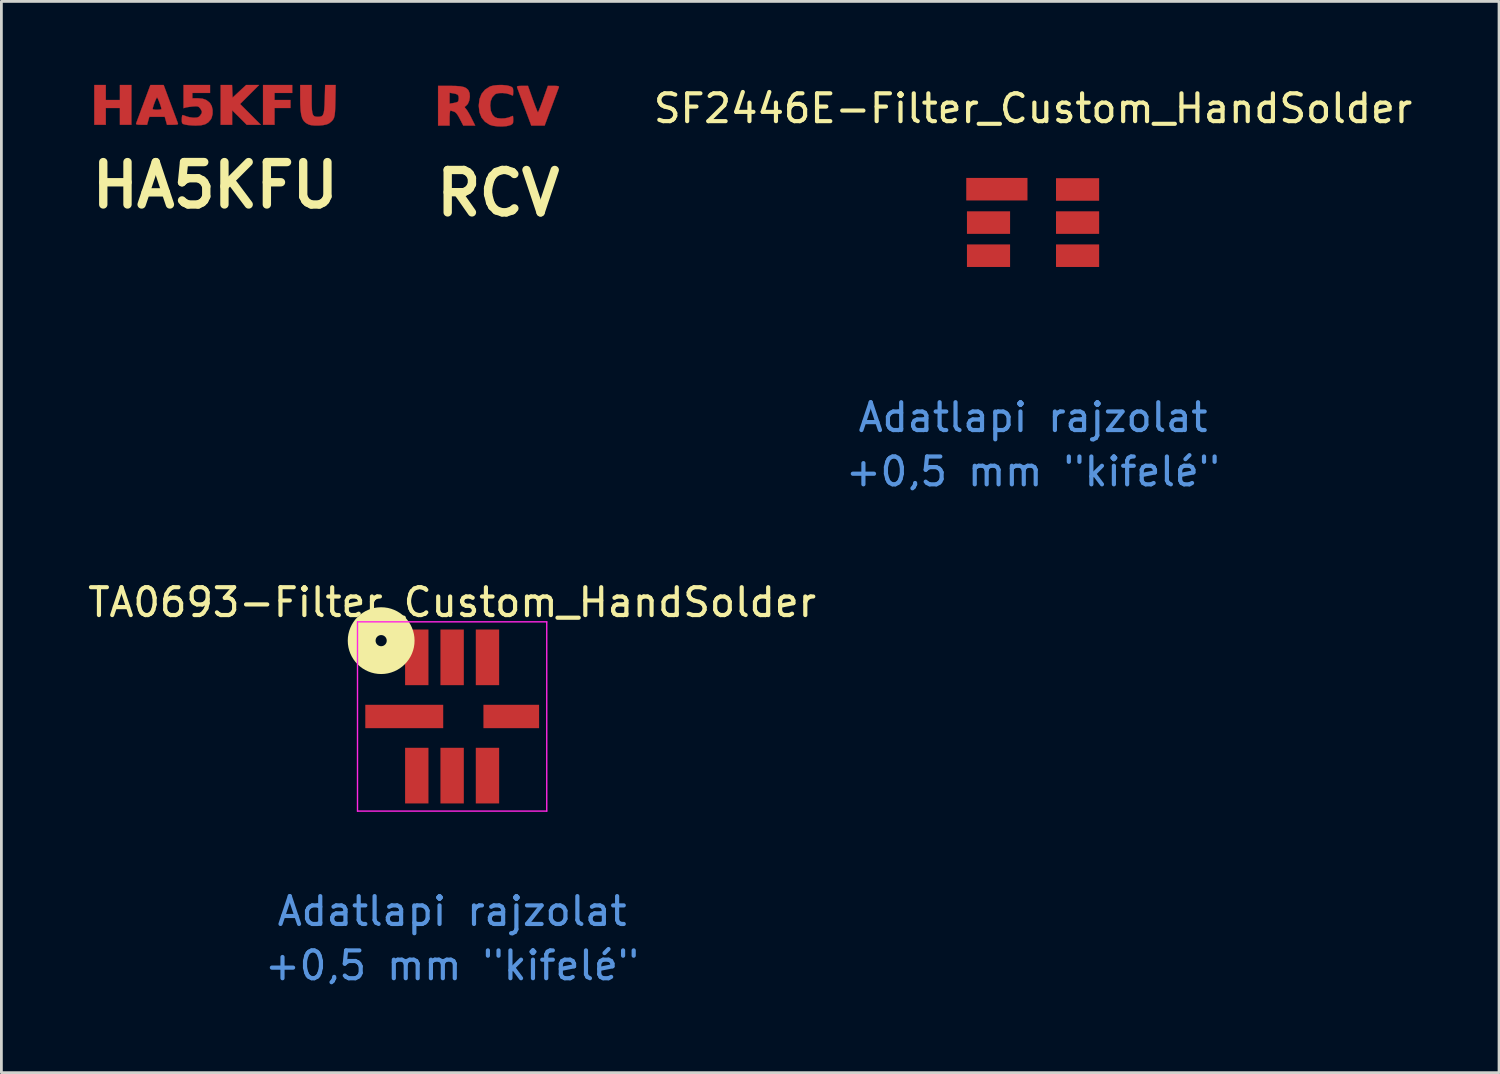
<source format=kicad_pcb>
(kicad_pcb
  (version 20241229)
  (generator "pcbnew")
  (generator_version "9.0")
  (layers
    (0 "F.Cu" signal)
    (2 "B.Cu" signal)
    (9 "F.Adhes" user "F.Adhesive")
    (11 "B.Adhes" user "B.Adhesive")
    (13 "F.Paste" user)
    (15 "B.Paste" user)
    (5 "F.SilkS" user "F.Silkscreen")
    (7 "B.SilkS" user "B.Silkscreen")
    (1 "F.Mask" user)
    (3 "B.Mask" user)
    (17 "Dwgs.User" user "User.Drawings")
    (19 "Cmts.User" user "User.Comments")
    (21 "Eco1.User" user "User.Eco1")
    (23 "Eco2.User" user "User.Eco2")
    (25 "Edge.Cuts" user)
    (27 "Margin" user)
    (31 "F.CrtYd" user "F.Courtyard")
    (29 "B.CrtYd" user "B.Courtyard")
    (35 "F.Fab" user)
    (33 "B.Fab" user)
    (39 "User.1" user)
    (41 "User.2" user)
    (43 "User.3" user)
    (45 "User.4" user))
  (footprint "SF2446E-Filter_Custom_HandSolder"
    (layer "F.Cu")
    (at 34.07 4.948)
    (property "Reference" "SF2446E-Filter_Custom_HandSolder" (at 0 -4.1 0) (layer "F.SilkS") (effects (font (size 1 1) (thickness 0.15))))
    (attr through_hole)
    (fp_text user "+0,5 mm \"kifelé\"" (at 0 8.95 0) (layer "Cmts.User") (effects (font (size 1 1) (thickness 0.15))))
    (fp_text user "Adatlapi rajzolat" (at 0 7 0) (layer "Cmts.User") (effects (font (size 1 1) (thickness 0.15))))
    (pad "1" smd rect (at -1.3 -1.2) (size 2.2 0.81) (layers "F.Cu" "F.Mask" "F.Paste"))
    (pad "2" smd rect (at -1.6 0) (size 1.55 0.81) (layers "F.Cu" "F.Mask" "F.Paste"))
    (pad "3" smd rect (at -1.6 1.19) (size 1.55 0.81) (layers "F.Cu" "F.Mask" "F.Paste"))
    (pad "4" smd rect (at 1.6 1.19) (size 1.55 0.81) (layers "F.Cu" "F.Mask" "F.Paste"))
    (pad "5" smd rect (at 1.6 0) (size 1.55 0.81) (layers "F.Cu" "F.Mask" "F.Paste"))
    (pad "6" smd rect (at 1.6 -1.19) (size 1.55 0.81) (layers "F.Cu" "F.Mask" "F.Paste")))
  (footprint "RCV"
    (layer "F.Cu")
    (at 14.851 0.892)
    (property "Reference" "RCV" (at 0 3 0) (layer "F.SilkS") (effects (font (size 1.524 1.524) (thickness 0.3))))
    (attr through_hole)
    (fp_poly (pts (xy 1.239 -0.381) (xy 1.298 -0.22) (xy 1.35 -0.082) (xy 1.392 0.023) (xy 1.42 0.084) (xy 1.428 0.095) (xy 1.445 0.067) (xy 1.479 -0.011) (xy 1.525 -0.129) (xy 1.58 -0.277) (xy 1.617 -0.381) (xy 1.786 -0.857) (xy 1.992 -0.857) (xy 2.109 -0.854) (xy 2.17 -0.842) (xy 2.184 -0.82) (xy 2.184 -0.818) (xy 2.169 -0.777) (xy 2.136 -0.687) (xy 2.087 -0.555) (xy 2.025 -0.39) (xy 1.956 -0.202) (xy 1.919 -0.103) (xy 1.668 0.572) (xy 1.19 0.572) (xy 0.939 -0.103) (xy 0.866 -0.299) (xy 0.8 -0.476) (xy 0.745 -0.626) (xy 0.703 -0.738) (xy 0.679 -0.804) (xy 0.674 -0.818) (xy 0.685 -0.84) (xy 0.742 -0.853) (xy 0.855 -0.857) (xy 0.865 -0.857) (xy 1.07 -0.857) (xy 1.239 -0.381)) (stroke (width 0.01) (type solid)) (fill yes) (layer "F.Cu"))
    (fp_poly (pts (xy -1.527 -0.853) (xy -1.363 -0.841) (xy -1.241 -0.816) (xy -1.154 -0.778) (xy -1.09 -0.723) (xy -1.068 -0.695) (xy -1.026 -0.59) (xy -1.018 -0.46) (xy -1.04 -0.327) (xy -1.089 -0.212) (xy -1.16 -0.135) (xy -1.167 -0.131) (xy -1.201 -0.105) (xy -1.195 -0.074) (xy -1.154 -0.026) (xy -1.109 0.035) (xy -1.048 0.136) (xy -0.981 0.259) (xy -0.956 0.31) (xy -0.825 0.572) (xy -1.039 0.571) (xy -1.254 0.571) (xy -1.375 0.336) (xy -1.445 0.209) (xy -1.502 0.129) (xy -1.557 0.083) (xy -1.594 0.066) (xy -1.67 0.042) (xy -1.718 0.032) (xy -1.719 0.032) (xy -1.731 0.061) (xy -1.741 0.139) (xy -1.746 0.252) (xy -1.746 0.302) (xy -1.746 0.572) (xy -2.159 0.572) (xy -2.159 -0.217) (xy -1.746 -0.217) (xy -1.611 -0.239) (xy -1.521 -0.258) (xy -1.458 -0.281) (xy -1.447 -0.288) (xy -1.426 -0.337) (xy -1.418 -0.413) (xy -1.427 -0.494) (xy -1.461 -0.543) (xy -1.536 -0.572) (xy -1.611 -0.587) (xy -1.746 -0.609) (xy -1.746 -0.217) (xy -2.159 -0.217) (xy -2.159 -0.857) (xy -1.745 -0.857) (xy -1.527 -0.853)) (stroke (width 0.01) (type solid)) (fill yes) (layer "F.Cu"))
    (fp_poly (pts (xy 0.31 -0.873) (xy 0.426 -0.844) (xy 0.43 -0.843) (xy 0.498 -0.809) (xy 0.53 -0.768) (xy 0.539 -0.695) (xy 0.54 -0.652) (xy 0.537 -0.567) (xy 0.531 -0.515) (xy 0.528 -0.508) (xy 0.494 -0.519) (xy 0.424 -0.547) (xy 0.402 -0.556) (xy 0.288 -0.587) (xy 0.155 -0.6) (xy 0.027 -0.596) (xy -0.075 -0.573) (xy -0.109 -0.555) (xy -0.213 -0.445) (xy -0.271 -0.303) (xy -0.286 -0.149) (xy -0.265 0.042) (xy -0.201 0.187) (xy -0.12 0.268) (xy -0.031 0.302) (xy 0.095 0.316) (xy 0.234 0.31) (xy 0.364 0.284) (xy 0.402 0.27) (xy 0.477 0.239) (xy 0.523 0.223) (xy 0.528 0.222) (xy 0.535 0.251) (xy 0.539 0.323) (xy 0.54 0.367) (xy 0.536 0.458) (xy 0.514 0.509) (xy 0.462 0.543) (xy 0.43 0.557) (xy 0.306 0.589) (xy 0.146 0.603) (xy -0.025 0.599) (xy -0.184 0.578) (xy -0.302 0.543) (xy -0.474 0.432) (xy -0.598 0.283) (xy -0.672 0.094) (xy -0.698 -0.136) (xy -0.698 -0.15) (xy -0.672 -0.379) (xy -0.597 -0.57) (xy -0.472 -0.721) (xy -0.301 -0.83) (xy -0.279 -0.84) (xy -0.162 -0.87) (xy -0.009 -0.886) (xy 0.156 -0.887) (xy 0.31 -0.873)) (stroke (width 0.01) (type solid)) (fill yes) (layer "F.Cu")))
  (footprint "HA5KFU"
    (layer "F.Cu")
    (at 4.688 0.608)
    (property "Reference" "HA5KFU" (at 0 3 0) (layer "F.SilkS") (effects (font (size 1.524 1.524) (thickness 0.3))))
    (attr through_hole)
    (fp_poly (pts (xy 2.762 -0.318) (xy 2.127 -0.318) (xy 2.127 -0.064) (xy 2.699 -0.064) (xy 2.699 0.222) (xy 2.127 0.222) (xy 2.127 0.826) (xy 1.714 0.826) (xy 1.714 -0.603) (xy 2.762 -0.603) (xy 2.762 -0.318)) (stroke (width 0.01) (type solid)) (fill yes) (layer "F.Cu"))
    (fp_poly (pts (xy -3.937 -0.064) (xy -3.429 -0.064) (xy -3.429 -0.603) (xy -3.016 -0.603) (xy -3.016 0.826) (xy -3.429 0.826) (xy -3.429 0.222) (xy -3.937 0.222) (xy -3.937 0.826) (xy -4.35 0.826) (xy -4.35 -0.603) (xy -3.937 -0.603) (xy -3.937 -0.064)) (stroke (width 0.01) (type solid)) (fill yes) (layer "F.Cu"))
    (fp_poly (pts (xy 0.61 -0.376) (xy 0.619 -0.15) (xy 1.105 -0.603) (xy 1.571 -0.603) (xy 1.23 -0.262) (xy 0.889 0.079) (xy 1.262 0.452) (xy 1.634 0.826) (xy 1.128 0.826) (xy 0.866 0.564) (xy 0.603 0.303) (xy 0.603 0.826) (xy 0.191 0.826) (xy 0.191 -0.603) (xy 0.6 -0.603) (xy 0.61 -0.376)) (stroke (width 0.01) (type solid)) (fill yes) (layer "F.Cu"))
    (fp_poly (pts (xy 4.313 -0.034) (xy 4.308 0.186) (xy 4.3 0.353) (xy 4.287 0.476) (xy 4.265 0.568) (xy 4.232 0.636) (xy 4.185 0.693) (xy 4.12 0.748) (xy 4.084 0.776) (xy 3.999 0.813) (xy 3.872 0.839) (xy 3.722 0.853) (xy 3.57 0.853) (xy 3.436 0.839) (xy 3.35 0.814) (xy 3.253 0.76) (xy 3.179 0.69) (xy 3.124 0.597) (xy 3.087 0.472) (xy 3.064 0.306) (xy 3.052 0.092) (xy 3.049 -0.103) (xy 3.048 -0.603) (xy 3.461 -0.603) (xy 3.461 -0.102) (xy 3.462 0.116) (xy 3.469 0.278) (xy 3.484 0.393) (xy 3.509 0.469) (xy 3.547 0.513) (xy 3.602 0.534) (xy 3.675 0.54) (xy 3.68 0.54) (xy 3.76 0.535) (xy 3.821 0.516) (xy 3.864 0.474) (xy 3.893 0.401) (xy 3.912 0.289) (xy 3.924 0.131) (xy 3.931 -0.083) (xy 3.932 -0.097) (xy 3.945 -0.603) (xy 4.134 -0.603) (xy 4.323 -0.603) (xy 4.313 -0.034)) (stroke (width 0.01) (type solid)) (fill yes) (layer "F.Cu"))
    (fp_poly (pts (xy -1.606 0.071) (xy -1.533 0.268) (xy -1.467 0.445) (xy -1.411 0.594) (xy -1.37 0.706) (xy -1.345 0.773) (xy -1.341 0.786) (xy -1.351 0.809) (xy -1.409 0.821) (xy -1.521 0.825) (xy -1.532 0.826) (xy -1.738 0.826) (xy -1.778 0.683) (xy -1.818 0.54) (xy -2.373 0.54) (xy -2.413 0.683) (xy -2.453 0.826) (xy -2.659 0.826) (xy -2.775 0.822) (xy -2.837 0.81) (xy -2.851 0.788) (xy -2.85 0.786) (xy -2.836 0.746) (xy -2.802 0.655) (xy -2.753 0.523) (xy -2.692 0.358) (xy -2.656 0.26) (xy -2.254 0.26) (xy -2.226 0.275) (xy -2.153 0.284) (xy -2.095 0.286) (xy -2.005 0.281) (xy -1.947 0.269) (xy -1.937 0.26) (xy -1.947 0.207) (xy -1.973 0.122) (xy -2.008 0.025) (xy -2.045 -0.067) (xy -2.077 -0.134) (xy -2.095 -0.159) (xy -2.116 -0.132) (xy -2.148 -0.062) (xy -2.185 0.03) (xy -2.219 0.127) (xy -2.245 0.211) (xy -2.254 0.26) (xy -2.656 0.26) (xy -2.622 0.171) (xy -2.585 0.071) (xy -2.334 -0.603) (xy -1.857 -0.603) (xy -1.606 0.071)) (stroke (width 0.01) (type solid)) (fill yes) (layer "F.Cu"))
    (fp_poly (pts (xy -0.191 -0.318) (xy -0.826 -0.318) (xy -0.826 -0.127) (xy -0.633 -0.127) (xy -0.461 -0.113) (xy -0.327 -0.064) (xy -0.211 0.025) (xy -0.192 0.046) (xy -0.129 0.154) (xy -0.098 0.294) (xy -0.1 0.444) (xy -0.136 0.582) (xy -0.165 0.635) (xy -0.255 0.74) (xy -0.367 0.808) (xy -0.513 0.844) (xy -0.706 0.854) (xy -0.714 0.854) (xy -0.854 0.848) (xy -0.984 0.836) (xy -1.08 0.821) (xy -1.087 0.819) (xy -1.159 0.797) (xy -1.194 0.767) (xy -1.205 0.708) (xy -1.206 0.632) (xy -1.201 0.542) (xy -1.188 0.486) (xy -1.179 0.476) (xy -1.133 0.488) (xy -1.057 0.516) (xy -1.037 0.524) (xy -0.933 0.553) (xy -0.809 0.57) (xy -0.765 0.572) (xy -0.662 0.566) (xy -0.596 0.542) (xy -0.544 0.49) (xy -0.542 0.488) (xy -0.489 0.406) (xy -0.484 0.34) (xy -0.527 0.263) (xy -0.545 0.239) (xy -0.587 0.191) (xy -0.632 0.167) (xy -0.699 0.161) (xy -0.807 0.168) (xy -0.923 0.181) (xy -1.023 0.196) (xy -1.072 0.207) (xy -1.143 0.23) (xy -1.143 -0.603) (xy -0.191 -0.603) (xy -0.191 -0.318)) (stroke (width 0.01) (type solid)) (fill yes) (layer "F.Cu")))
  (footprint "TA0693-Filter_Custom_HandSolder"
    (layer "F.Cu")
    (at 13.196 22.695)
    (property "Reference" "TA0693-Filter_Custom_HandSolder" (at 0 -4.1 0) (layer "F.SilkS") (effects (font (size 1 1) (thickness 0.15))))
    (attr through_hole)
    (fp_circle (center -2.55 -2.725) (end -2.35 -2.725) (stroke (width 1) (type solid)) (fill no) (layer "F.SilkS"))
    (fp_line (start -3.4 -3.4) (end -3.4 3.4) (stroke (width 0.05) (type solid)) (layer "F.CrtYd"))
    (fp_line (start -3.4 -3.4) (end 3.4 -3.4) (stroke (width 0.05) (type solid)) (layer "F.CrtYd"))
    (fp_line (start -3.4 3.4) (end 3.4 3.4) (stroke (width 0.05) (type solid)) (layer "F.CrtYd"))
    (fp_line (start 3.4 -3.4) (end 3.4 3.4) (stroke (width 0.05) (type solid)) (layer "F.CrtYd"))
    (fp_text user "+0,5 mm \"kifelé\"" (at 0 8.95 0) (layer "Cmts.User") (effects (font (size 1 1) (thickness 0.15))))
    (fp_text user "Adatlapi rajzolat" (at 0 7 0) (layer "Cmts.User") (effects (font (size 1 1) (thickness 0.15))))
    (pad "1" smd rect (at -1.27 -2.125) (size 0.84 2) (layers "F.Cu" "F.Mask" "F.Paste"))
    (pad "2" smd rect (at 0 -2.125) (size 0.84 2) (layers "F.Cu" "F.Mask" "F.Paste"))
    (pad "3" smd rect (at 1.27 -2.125) (size 0.84 2) (layers "F.Cu" "F.Mask" "F.Paste"))
    (pad "4" smd rect (at 2.125 0) (size 2 0.84) (layers "F.Cu" "F.Mask" "F.Paste"))
    (pad "5" smd rect (at 1.27 2.125) (size 0.84 2) (layers "F.Cu" "F.Mask" "F.Paste"))
    (pad "6" smd rect (at 0 2.125) (size 0.84 2) (layers "F.Cu" "F.Mask" "F.Paste"))
    (pad "7" smd rect (at -1.27 2.125) (size 0.84 2) (layers "F.Cu" "F.Mask" "F.Paste"))
    (pad "8" smd rect (at -1.72 0) (size 2.8 0.84) (layers "F.Cu" "F.Mask" "F.Paste")))
  (gr_rect
    (start -3 -3)
    (end 50.814 35.493)
    (stroke (width 0.1) (type default))
    (fill no)
    (layer "Edge.Cuts")))
</source>
